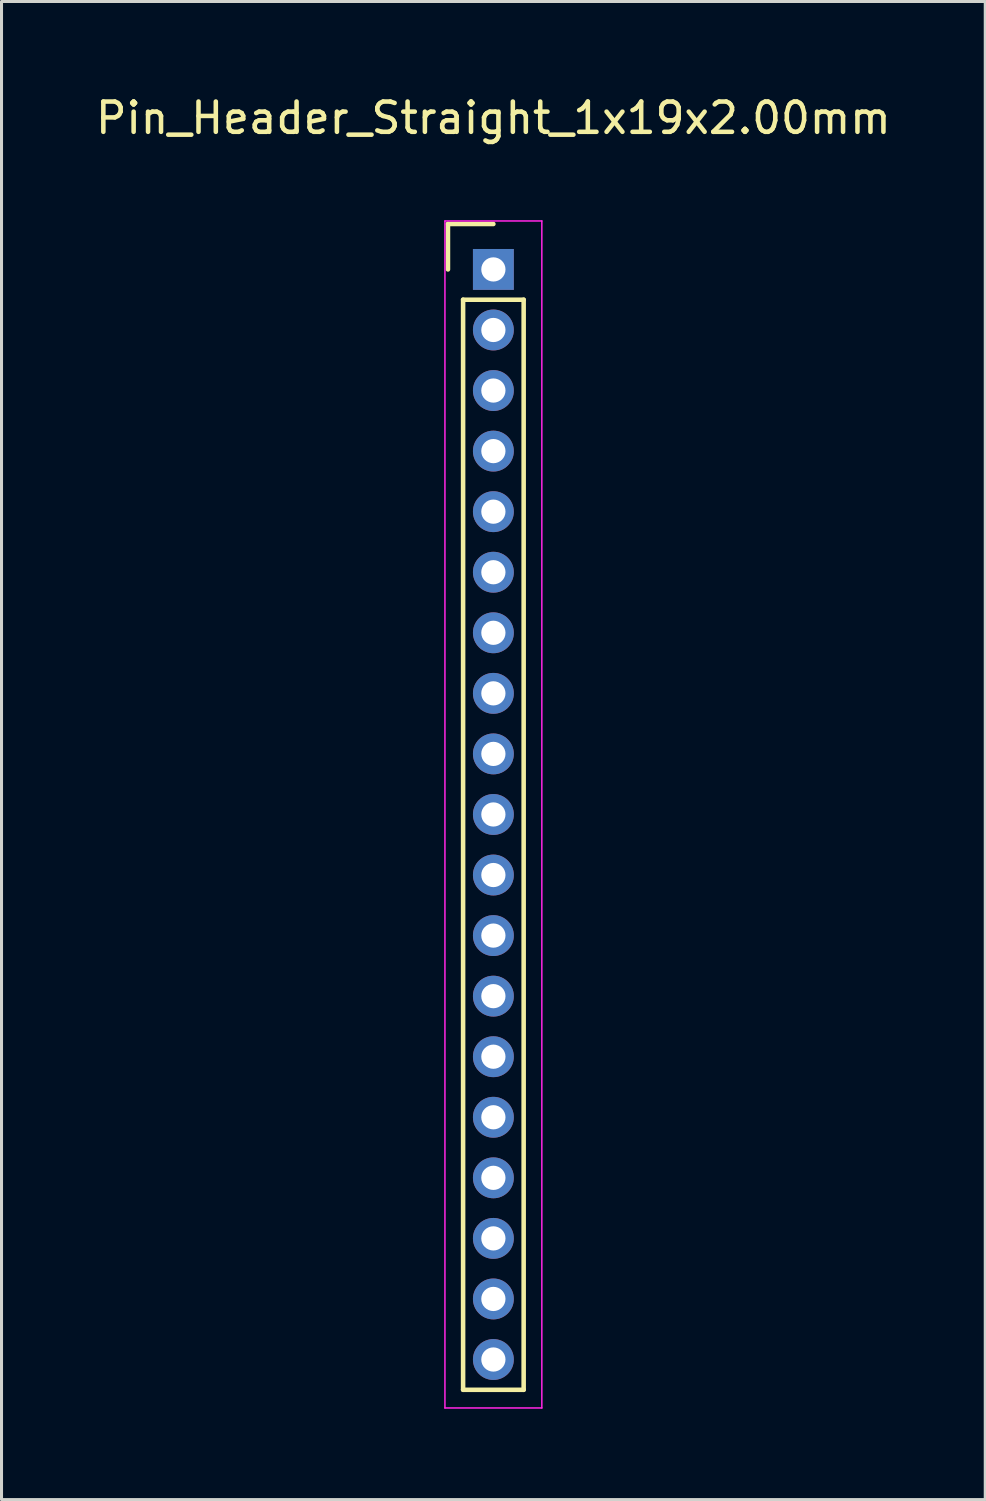
<source format=kicad_pcb>
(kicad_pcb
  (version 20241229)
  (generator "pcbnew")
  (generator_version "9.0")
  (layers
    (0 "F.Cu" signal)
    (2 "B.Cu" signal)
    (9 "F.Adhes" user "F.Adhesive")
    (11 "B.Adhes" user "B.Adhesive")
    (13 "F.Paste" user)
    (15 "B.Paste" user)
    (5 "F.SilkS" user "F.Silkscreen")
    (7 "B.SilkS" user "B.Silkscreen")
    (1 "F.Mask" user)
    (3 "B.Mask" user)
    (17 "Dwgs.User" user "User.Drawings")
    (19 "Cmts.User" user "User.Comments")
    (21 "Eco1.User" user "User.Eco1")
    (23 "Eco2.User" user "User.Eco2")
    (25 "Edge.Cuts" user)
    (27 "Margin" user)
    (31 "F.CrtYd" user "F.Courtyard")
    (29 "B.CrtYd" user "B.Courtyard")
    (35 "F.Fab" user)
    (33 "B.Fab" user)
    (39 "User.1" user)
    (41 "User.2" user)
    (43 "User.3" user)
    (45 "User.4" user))
  (footprint "Pin_Header_Straight_1x19x2.00mm"
    (layer "F.Cu")
    (at 13.244 5.848)
    (property "Reference" "Pin_Header_Straight_1x19x2.00mm" (at 0 -5 0) (layer "F.SilkS") (effects (font (size 1 1) (thickness 0.15))))
    (attr through_hole)
    (fp_line (start -1.5 -1.5) (end 0 -1.5) (stroke (width 0.15) (type solid)) (layer "F.SilkS"))
    (fp_line (start -1.5 0) (end -1.5 -1.5) (stroke (width 0.15) (type solid)) (layer "F.SilkS"))
    (fp_line (start -1 1) (end 1 1) (stroke (width 0.15) (type solid)) (layer "F.SilkS"))
    (fp_line (start -1 37) (end -1 1) (stroke (width 0.15) (type solid)) (layer "F.SilkS"))
    (fp_line (start 1 1) (end 1 37) (stroke (width 0.15) (type solid)) (layer "F.SilkS"))
    (fp_line (start 1 37) (end -1 37) (stroke (width 0.15) (type solid)) (layer "F.SilkS"))
    (fp_line (start -1.6 -1.6) (end 1.6 -1.6) (stroke (width 0.05) (type solid)) (layer "F.CrtYd"))
    (fp_line (start -1.6 37.6) (end -1.6 -1.6) (stroke (width 0.05) (type solid)) (layer "F.CrtYd"))
    (fp_line (start 1.6 -1.6) (end 1.6 37.6) (stroke (width 0.05) (type solid)) (layer "F.CrtYd"))
    (fp_line (start 1.6 37.6) (end -1.6 37.6) (stroke (width 0.05) (type solid)) (layer "F.CrtYd"))
    (pad "1" thru_hole rect (at 0 0) (size 1.35 1.35) (drill 0.8) (layers "*.Cu" "*.Mask"))
    (pad "2" thru_hole circle (at 0 2) (size 1.35 1.35) (drill 0.8) (layers "*.Cu" "*.Mask"))
    (pad "3" thru_hole circle (at 0 4) (size 1.35 1.35) (drill 0.8) (layers "*.Cu" "*.Mask"))
    (pad "4" thru_hole circle (at 0 6) (size 1.35 1.35) (drill 0.8) (layers "*.Cu" "*.Mask"))
    (pad "5" thru_hole circle (at 0 8) (size 1.35 1.35) (drill 0.8) (layers "*.Cu" "*.Mask"))
    (pad "6" thru_hole circle (at 0 10) (size 1.35 1.35) (drill 0.8) (layers "*.Cu" "*.Mask"))
    (pad "7" thru_hole circle (at 0 12) (size 1.35 1.35) (drill 0.8) (layers "*.Cu" "*.Mask"))
    (pad "8" thru_hole circle (at 0 14) (size 1.35 1.35) (drill 0.8) (layers "*.Cu" "*.Mask"))
    (pad "9" thru_hole circle (at 0 16) (size 1.35 1.35) (drill 0.8) (layers "*.Cu" "*.Mask"))
    (pad "10" thru_hole circle (at 0 18) (size 1.35 1.35) (drill 0.8) (layers "*.Cu" "*.Mask"))
    (pad "11" thru_hole circle (at 0 20) (size 1.35 1.35) (drill 0.8) (layers "*.Cu" "*.Mask"))
    (pad "12" thru_hole circle (at 0 22) (size 1.35 1.35) (drill 0.8) (layers "*.Cu" "*.Mask"))
    (pad "13" thru_hole circle (at 0 24) (size 1.35 1.35) (drill 0.8) (layers "*.Cu" "*.Mask"))
    (pad "14" thru_hole circle (at 0 26) (size 1.35 1.35) (drill 0.8) (layers "*.Cu" "*.Mask"))
    (pad "15" thru_hole circle (at 0 28) (size 1.35 1.35) (drill 0.8) (layers "*.Cu" "*.Mask"))
    (pad "16" thru_hole circle (at 0 30) (size 1.35 1.35) (drill 0.8) (layers "*.Cu" "*.Mask"))
    (pad "17" thru_hole circle (at 0 32) (size 1.35 1.35) (drill 0.8) (layers "*.Cu" "*.Mask"))
    (pad "18" thru_hole circle (at 0 34) (size 1.35 1.35) (drill 0.8) (layers "*.Cu" "*.Mask"))
    (pad "19" thru_hole circle (at 0 36) (size 1.35 1.35) (drill 0.8) (layers "*.Cu" "*.Mask")))
  (gr_rect
    (start -3 -3)
    (end 29.488 46.473)
    (stroke (width 0.1) (type default))
    (fill no)
    (layer "Edge.Cuts")))
</source>
